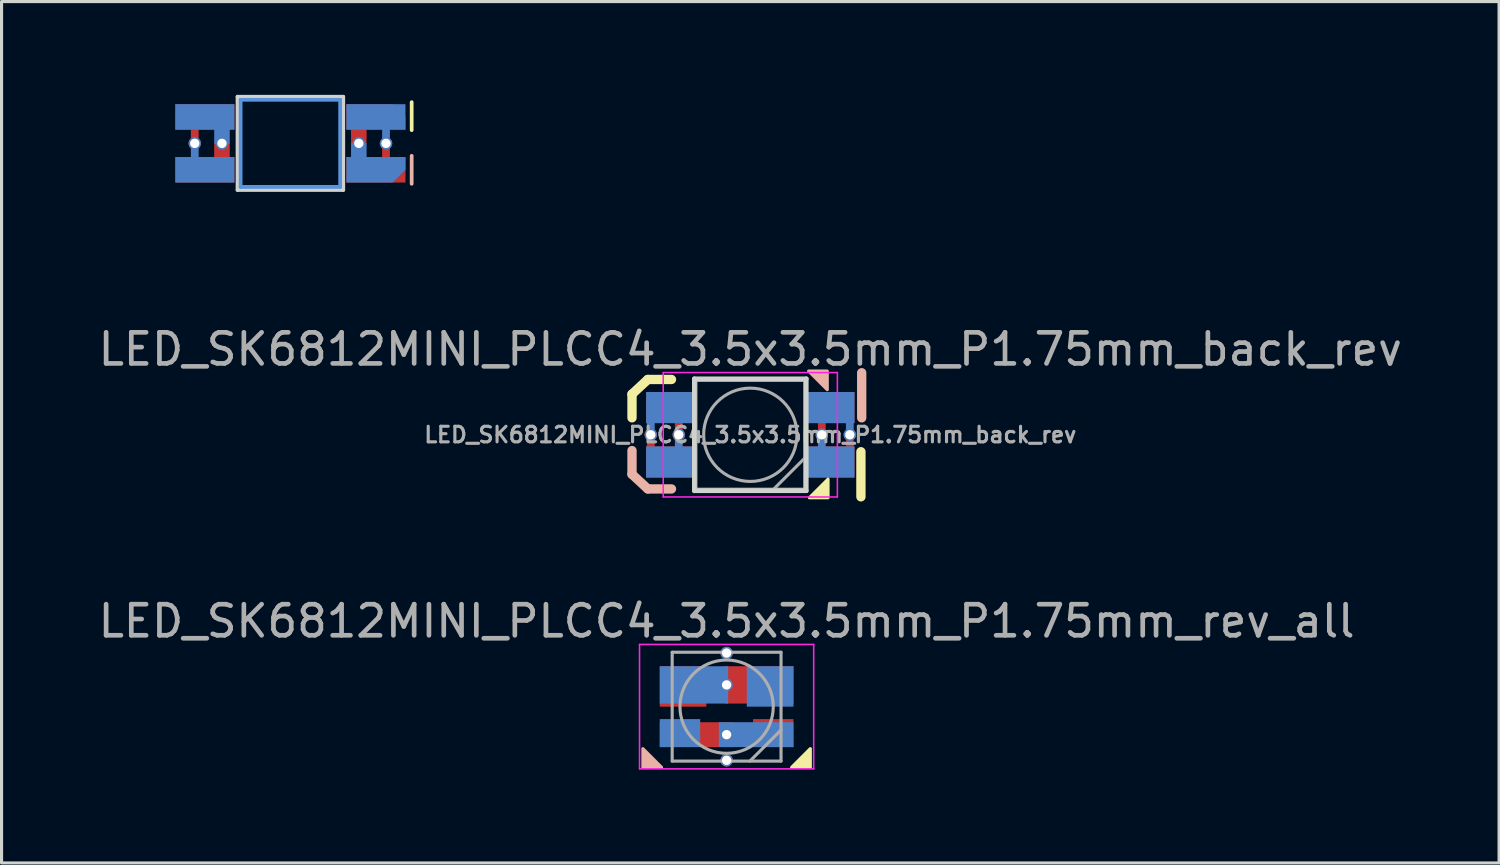
<source format=kicad_pcb>
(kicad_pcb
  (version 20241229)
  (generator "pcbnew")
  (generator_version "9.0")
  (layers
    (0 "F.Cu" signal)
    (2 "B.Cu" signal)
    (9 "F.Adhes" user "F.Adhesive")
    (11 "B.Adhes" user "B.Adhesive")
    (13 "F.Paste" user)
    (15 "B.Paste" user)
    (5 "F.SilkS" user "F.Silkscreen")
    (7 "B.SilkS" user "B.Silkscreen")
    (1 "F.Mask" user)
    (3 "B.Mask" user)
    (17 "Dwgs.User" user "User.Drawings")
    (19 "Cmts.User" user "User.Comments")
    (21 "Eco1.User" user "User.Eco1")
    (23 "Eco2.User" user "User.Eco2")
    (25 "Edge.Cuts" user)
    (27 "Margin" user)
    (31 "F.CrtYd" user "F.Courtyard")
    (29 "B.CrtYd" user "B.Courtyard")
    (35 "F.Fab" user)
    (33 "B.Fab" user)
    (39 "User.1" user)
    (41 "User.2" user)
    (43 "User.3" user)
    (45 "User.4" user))
  (footprint "LED_SK6812MINI_PLCC4_3.5x3.5mm_P1.75mm_back_rev"
    (layer "F.Cu")
    (at 21.077 10.931)
    (property "Reference" "LED_SK6812MINI_PLCC4_3.5x3.5mm_P1.75mm_back_rev" (at 0 -2.75 0) (layer "F.Fab") (effects (font (size 1 1) (thickness 0.15))))
    (attr smd)
    (fp_line (start -3.804 -1.307) (end -3.804 -0.545) (stroke (width 0.3) (type solid)) (layer "F.SilkS"))
    (fp_line (start -3.804 -1.307) (end -3.296 -1.778) (stroke (width 0.3) (type solid)) (layer "F.SilkS"))
    (fp_line (start -3.296 -1.778) (end -2.534 -1.778) (stroke (width 0.3) (type solid)) (layer "F.SilkS"))
    (fp_line (start 3.557 0.545) (end 3.557 1.995) (stroke (width 0.3) (type solid)) (layer "F.SilkS"))
    (fp_poly (pts (xy 2.5 1.425) (xy 2.5 2.025) (xy 1.9 2.025)) (stroke (width 0.1) (type solid)) (fill yes) (layer "F.SilkS"))
    (fp_line (start -3.804 1.27) (end -3.804 0.508) (stroke (width 0.3) (type solid)) (layer "B.SilkS"))
    (fp_line (start -3.804 1.27) (end -3.296 1.741) (stroke (width 0.3) (type solid)) (layer "B.SilkS"))
    (fp_line (start -3.296 1.741) (end -2.534 1.741) (stroke (width 0.3) (type solid)) (layer "B.SilkS"))
    (fp_line (start 3.582 -1.995) (end 3.582 -0.545) (stroke (width 0.3) (type solid)) (layer "B.SilkS"))
    (fp_poly (pts (xy 2.475 -1.45) (xy 2.475 -2.05) (xy 1.875 -2.05)) (stroke (width 0.1) (type solid)) (fill yes) (layer "B.SilkS"))
    (fp_line (start -1.8 -1.8) (end -1.8 1.8) (stroke (width 0.15) (type solid)) (layer "Edge.Cuts"))
    (fp_line (start -1.8 -1.8) (end 1.8 -1.8) (stroke (width 0.15) (type solid)) (layer "Edge.Cuts"))
    (fp_line (start -1.8 1.8) (end 1.8 1.8) (stroke (width 0.15) (type solid)) (layer "Edge.Cuts"))
    (fp_line (start 1.8 -1.8) (end 1.8 1.8) (stroke (width 0.15) (type solid)) (layer "Edge.Cuts"))
    (fp_line (start -2.8 -2) (end -2.8 2) (stroke (width 0.05) (type solid)) (layer "F.CrtYd"))
    (fp_line (start -2.8 2) (end 2.8 2) (stroke (width 0.05) (type solid)) (layer "F.CrtYd"))
    (fp_line (start 2.8 -2) (end -2.8 -2) (stroke (width 0.05) (type solid)) (layer "F.CrtYd"))
    (fp_line (start 2.8 2) (end 2.8 -2) (stroke (width 0.05) (type solid)) (layer "F.CrtYd"))
    (fp_line (start -1.75 -1.75) (end -1.75 1.75) (stroke (width 0.1) (type solid)) (layer "F.Fab"))
    (fp_line (start -1.75 1.75) (end 1.75 1.75) (stroke (width 0.1) (type solid)) (layer "F.Fab"))
    (fp_line (start 1.75 -1.75) (end -1.75 -1.75) (stroke (width 0.1) (type solid)) (layer "F.Fab"))
    (fp_line (start 1.75 0.75) (end 0.75 1.75) (stroke (width 0.1) (type solid)) (layer "F.Fab"))
    (fp_line (start 1.75 1.75) (end 1.75 -1.75) (stroke (width 0.1) (type solid)) (layer "F.Fab"))
    (fp_circle (center 0 0) (end 0 -1.5) (stroke (width 0.1) (type solid)) (fill no) (layer "F.Fab"))
    (fp_text user "${REFERENCE}" (at 0 0 0) (layer "F.Fab") (effects (font (size 0.5 0.5) (thickness 0.1))))
    (pad "1" smd roundrect (at -3.2 -0.25) (size 0.25 0.4) (layers "B.Cu" "B.Mask" "B.Paste") (roundrect_rratio 0.25))
    (pad "1" thru_hole circle (at -3.2 0) (size 0.4 0.4) (drill 0.3) (layers "*.Cu" "*.Mask"))
    (pad "1" smd roundrect (at -3.2 0.25) (size 0.25 0.4) (layers "F.Cu" "F.Mask" "F.Paste") (roundrect_rratio 0.25))
    (pad "1" smd rect (at -2.55 -0.875) (size 1.6 1) (layers "B.Cu" "B.Mask" "B.Paste"))
    (pad "1" smd rect (at -2.55 0.875) (size 1.6 1) (layers "F.Cu" "F.Mask" "F.Paste"))
    (pad "2" smd rect (at -2.55 -0.875) (size 1.6 1) (layers "F.Cu" "F.Mask" "F.Paste"))
    (pad "2" smd rect (at -2.55 0.875) (size 1.6 1) (layers "B.Cu" "B.Mask" "B.Paste"))
    (pad "2" smd roundrect (at -2.3 -0.25) (size 0.25 0.4) (layers "F.Cu" "F.Mask" "F.Paste") (roundrect_rratio 0.25))
    (pad "2" thru_hole circle (at -2.3 0) (size 0.4 0.4) (drill 0.3) (layers "*.Cu" "*.Mask"))
    (pad "2" smd roundrect (at -2.3 0.25) (size 0.25 0.4) (layers "B.Cu" "B.Mask" "B.Paste") (roundrect_rratio 0.25))
    (pad "3" smd roundrect (at 2.3 -0.25) (size 0.25 0.4) (layers "F.Cu" "F.Mask" "F.Paste") (roundrect_rratio 0.25))
    (pad "3" thru_hole circle (at 2.3 0) (size 0.4 0.4) (drill 0.3) (layers "*.Cu" "*.Mask"))
    (pad "3" smd roundrect (at 2.3 0.25) (size 0.25 0.4) (layers "B.Cu" "B.Mask" "B.Paste") (roundrect_rratio 0.25))
    (pad "3" smd rect (at 2.55 -0.875) (size 1.6 1) (layers "F.Cu" "F.Mask" "F.Paste"))
    (pad "3" smd rect (at 2.55 0.875) (size 1.6 1) (layers "B.Cu" "B.Mask" "B.Paste"))
    (pad "4" smd rect (at 2.55 -0.875) (size 1.6 1) (layers "B.Cu" "B.Mask" "B.Paste"))
    (pad "4" smd rect (at 2.55 0.875) (size 1.6 1) (layers "F.Cu" "F.Mask" "F.Paste"))
    (pad "4" smd roundrect (at 3.2 -0.25) (size 0.25 0.4) (layers "B.Cu" "B.Mask" "B.Paste") (roundrect_rratio 0.25))
    (pad "4" thru_hole circle (at 3.2 0) (size 0.4 0.4) (drill 0.3) (layers "*.Cu" "*.Mask"))
    (pad "4" smd roundrect (at 3.2 0.25) (size 0.25 0.4) (layers "F.Cu" "F.Mask" "F.Paste") (roundrect_rratio 0.25)))
  (footprint "LED_SK6812MINI_PLCC4_3.5x3.5mm_P1.75mm_rev_all"
    (layer "F.Cu")
    (at 20.315 19.674)
    (property "Reference" "LED_SK6812MINI_PLCC4_3.5x3.5mm_P1.75mm_rev_all" (at 0 -2.75 0) (layer "F.Fab") (effects (font (size 1 1) (thickness 0.15))))
    (attr smd)
    (fp_poly (pts (xy 2.692 1.35) (xy 2.692 1.95) (xy 2.092 1.95)) (stroke (width 0.1) (type solid)) (fill yes) (layer "F.SilkS"))
    (fp_poly (pts (xy -2.692 1.35) (xy -2.692 1.95) (xy -2.092 1.95)) (stroke (width 0.1) (type solid)) (fill yes) (layer "B.SilkS"))
    (fp_line (start -2.8 -2) (end -2.8 2) (stroke (width 0.05) (type solid)) (layer "F.CrtYd"))
    (fp_line (start -2.8 2) (end 2.8 2) (stroke (width 0.05) (type solid)) (layer "F.CrtYd"))
    (fp_line (start 2.8 -2) (end -2.8 -2) (stroke (width 0.05) (type solid)) (layer "F.CrtYd"))
    (fp_line (start 2.8 2) (end 2.8 -2) (stroke (width 0.05) (type solid)) (layer "F.CrtYd"))
    (fp_line (start -1.75 -1.75) (end -1.75 1.75) (stroke (width 0.1) (type solid)) (layer "F.Fab"))
    (fp_line (start -1.75 1.75) (end 1.75 1.75) (stroke (width 0.1) (type solid)) (layer "F.Fab"))
    (fp_line (start 1.75 -1.75) (end -1.75 -1.75) (stroke (width 0.1) (type solid)) (layer "F.Fab"))
    (fp_line (start 1.75 0.75) (end 0.75 1.75) (stroke (width 0.1) (type solid)) (layer "F.Fab"))
    (fp_line (start 1.75 1.75) (end 1.75 -1.75) (stroke (width 0.1) (type solid)) (layer "F.Fab"))
    (fp_circle (center 0 0) (end 0 -1.5) (stroke (width 0.1) (type solid)) (fill no) (layer "F.Fab"))
    (pad "1" smd rect (at -1.4 -0.65) (size 1.5 1.3) (layers "F.Cu" "F.Mask" "F.Paste"))
    (pad "1" thru_hole circle (at 0 -1.725) (size 0.4 0.4) (drill 0.3) (layers "*.Cu" "*.Mask"))
    (pad "1" smd rect (at 1.4 -0.65) (size 1.5 1.3) (layers "B.Cu" "B.Mask" "B.Paste"))
    (pad "2" smd rect (at -0.95 0.9) (size 2.4 0.8) (layers "F.Cu" "F.Mask" "F.Paste"))
    (pad "2" thru_hole circle (at 0 0.9) (size 0.4 0.4) (drill 0.3) (layers "*.Cu" "*.Mask"))
    (pad "2" smd rect (at 0.95 0.9) (size 2.4 0.8) (layers "B.Cu" "B.Mask" "B.Paste"))
    (pad "3" smd rect (at -1.5 0.85) (size 1.3 0.9) (layers "B.Cu" "B.Mask" "B.Paste"))
    (pad "3" thru_hole circle (at 0 1.725) (size 0.4 0.4) (drill 0.3) (layers "*.Cu" "*.Mask"))
    (pad "3" smd rect (at 1.5 0.85) (size 1.3 0.9) (layers "F.Cu" "F.Mask" "F.Paste"))
    (pad "4" smd rect (at -1.05 -0.7) (size 2.2 1.2) (layers "B.Cu" "B.Mask" "B.Paste"))
    (pad "4" thru_hole circle (at 0 -0.7) (size 0.4 0.4) (drill 0.3) (layers "*.Cu" "*.Mask"))
    (pad "4" smd rect (at 1.05 -0.7) (size 2.2 1.2) (layers "F.Cu" "F.Mask" "F.Paste")))
  (footprint "LED_SK6812MINI-E_rev"
    (layer "F.Cu")
    (at 6.288 1.56)
    (property "Reference" "LED_SK6812MINI-E_rev" (at 0 2.1 0) (unlocked yes) (layer "Eco1.User") (effects (font (size 0.7 0.7) (thickness 0.15))))
    (attr through_hole)
    (fp_line (start 3.9 -1.325) (end 3.9 -0.425) (stroke (width 0.12) (type default)) (layer "F.SilkS"))
    (fp_line (start 3.9 0.4) (end 3.9 1.3) (stroke (width 0.12) (type default)) (layer "B.SilkS"))
    (fp_line (start -1.6 -1.4) (end 1.6 -1.4) (stroke (width 0.12) (type solid)) (layer "Cmts.User"))
    (fp_line (start -1.6 1.4) (end -1.6 -1.4) (stroke (width 0.12) (type solid)) (layer "Cmts.User"))
    (fp_line (start 1.6 -1.4) (end 1.6 1.4) (stroke (width 0.12) (type solid)) (layer "Cmts.User"))
    (fp_line (start 1.6 1.4) (end -1.6 1.4) (stroke (width 0.12) (type solid)) (layer "Cmts.User"))
    (fp_line (start -1.7 -1.5) (end 1.7 -1.5) (stroke (width 0.12) (type solid)) (layer "Edge.Cuts"))
    (fp_line (start -1.7 1.5) (end -1.7 -1.5) (stroke (width 0.12) (type solid)) (layer "Edge.Cuts"))
    (fp_line (start 1.7 -1.5) (end 1.7 1.5) (stroke (width 0.12) (type solid)) (layer "Edge.Cuts"))
    (fp_line (start 1.7 1.5) (end -1.7 1.5) (stroke (width 0.12) (type solid)) (layer "Edge.Cuts"))
    (pad "1" smd rect (at -2.75 -0.85) (size 1.9 0.82) (layers "B.Cu" "B.Mask" "B.Paste"))
    (pad "1" smd rect (at -2.75 0.85) (size 1.9 0.82) (layers "F.Cu" "F.Mask" "F.Paste"))
    (pad "1" smd rect (at -2.2 -0.4) (size 0.5 0.82) (layers "B.Cu" "B.Mask" "B.Paste"))
    (pad "1" thru_hole circle (at -2.2 0) (size 0.4 0.4) (drill 0.3) (layers "*.Cu" "*.Mask"))
    (pad "1" smd rect (at -2.2 0.4) (size 0.5 0.82) (layers "F.Cu" "F.Mask" "F.Paste"))
    (pad "2" smd rect (at -3.075 -0.4) (size 0.25 0.82) (layers "F.Cu" "F.Mask" "F.Paste"))
    (pad "2" thru_hole circle (at -3.075 0) (size 0.4 0.4) (drill 0.3) (layers "*.Cu" "*.Mask"))
    (pad "2" smd rect (at -3.075 0.4) (size 0.25 0.82) (layers "B.Cu" "B.Mask" "B.Paste"))
    (pad "2" smd rect (at -2.75 -0.85) (size 1.9 0.82) (layers "F.Cu" "F.Mask" "F.Paste"))
    (pad "2" smd rect (at -2.75 0.85) (size 1.9 0.82) (layers "B.Cu" "B.Mask" "B.Paste"))
    (pad "3" smd rect (at 2.2 -0.4) (size 0.5 0.82) (layers "F.Cu" "F.Mask" "F.Paste"))
    (pad "3" thru_hole circle (at 2.2 0) (size 0.4 0.4) (drill 0.3) (layers "*.Cu" "*.Mask"))
    (pad "3" smd rect (at 2.2 0.4) (size 0.5 0.82) (layers "B.Cu" "B.Mask" "B.Paste"))
    (pad "3" smd roundrect (at 2.75 -0.85) (size 1.9 0.82) (layers "F.Cu" "F.Mask" "F.Paste") (roundrect_rratio 0) (chamfer_ratio 0.5) (chamfer top_right))
    (pad "3" smd roundrect (at 2.75 0.85) (size 1.9 0.82) (layers "B.Cu" "B.Mask" "B.Paste") (roundrect_rratio 0) (chamfer_ratio 0.5) (chamfer bottom_right))
    (pad "4" smd rect (at 2.75 -0.85) (size 1.9 0.82) (layers "B.Cu" "B.Mask" "B.Paste"))
    (pad "4" smd rect (at 2.75 0.85) (size 1.9 0.82) (layers "F.Cu" "F.Mask" "F.Paste"))
    (pad "4" smd rect (at 3.075 -0.4) (size 0.25 0.82) (layers "B.Cu" "B.Mask" "B.Paste"))
    (pad "4" thru_hole circle (at 3.075 0) (size 0.4 0.4) (drill 0.3) (layers "*.Cu" "*.Mask"))
    (pad "4" smd rect (at 3.075 0.4) (size 0.25 0.82) (layers "F.Cu" "F.Mask" "F.Paste")))
  (gr_rect
    (start -3 -3)
    (end 45.155 24.699)
    (stroke (width 0.1) (type default))
    (fill no)
    (layer "Edge.Cuts")))
</source>
